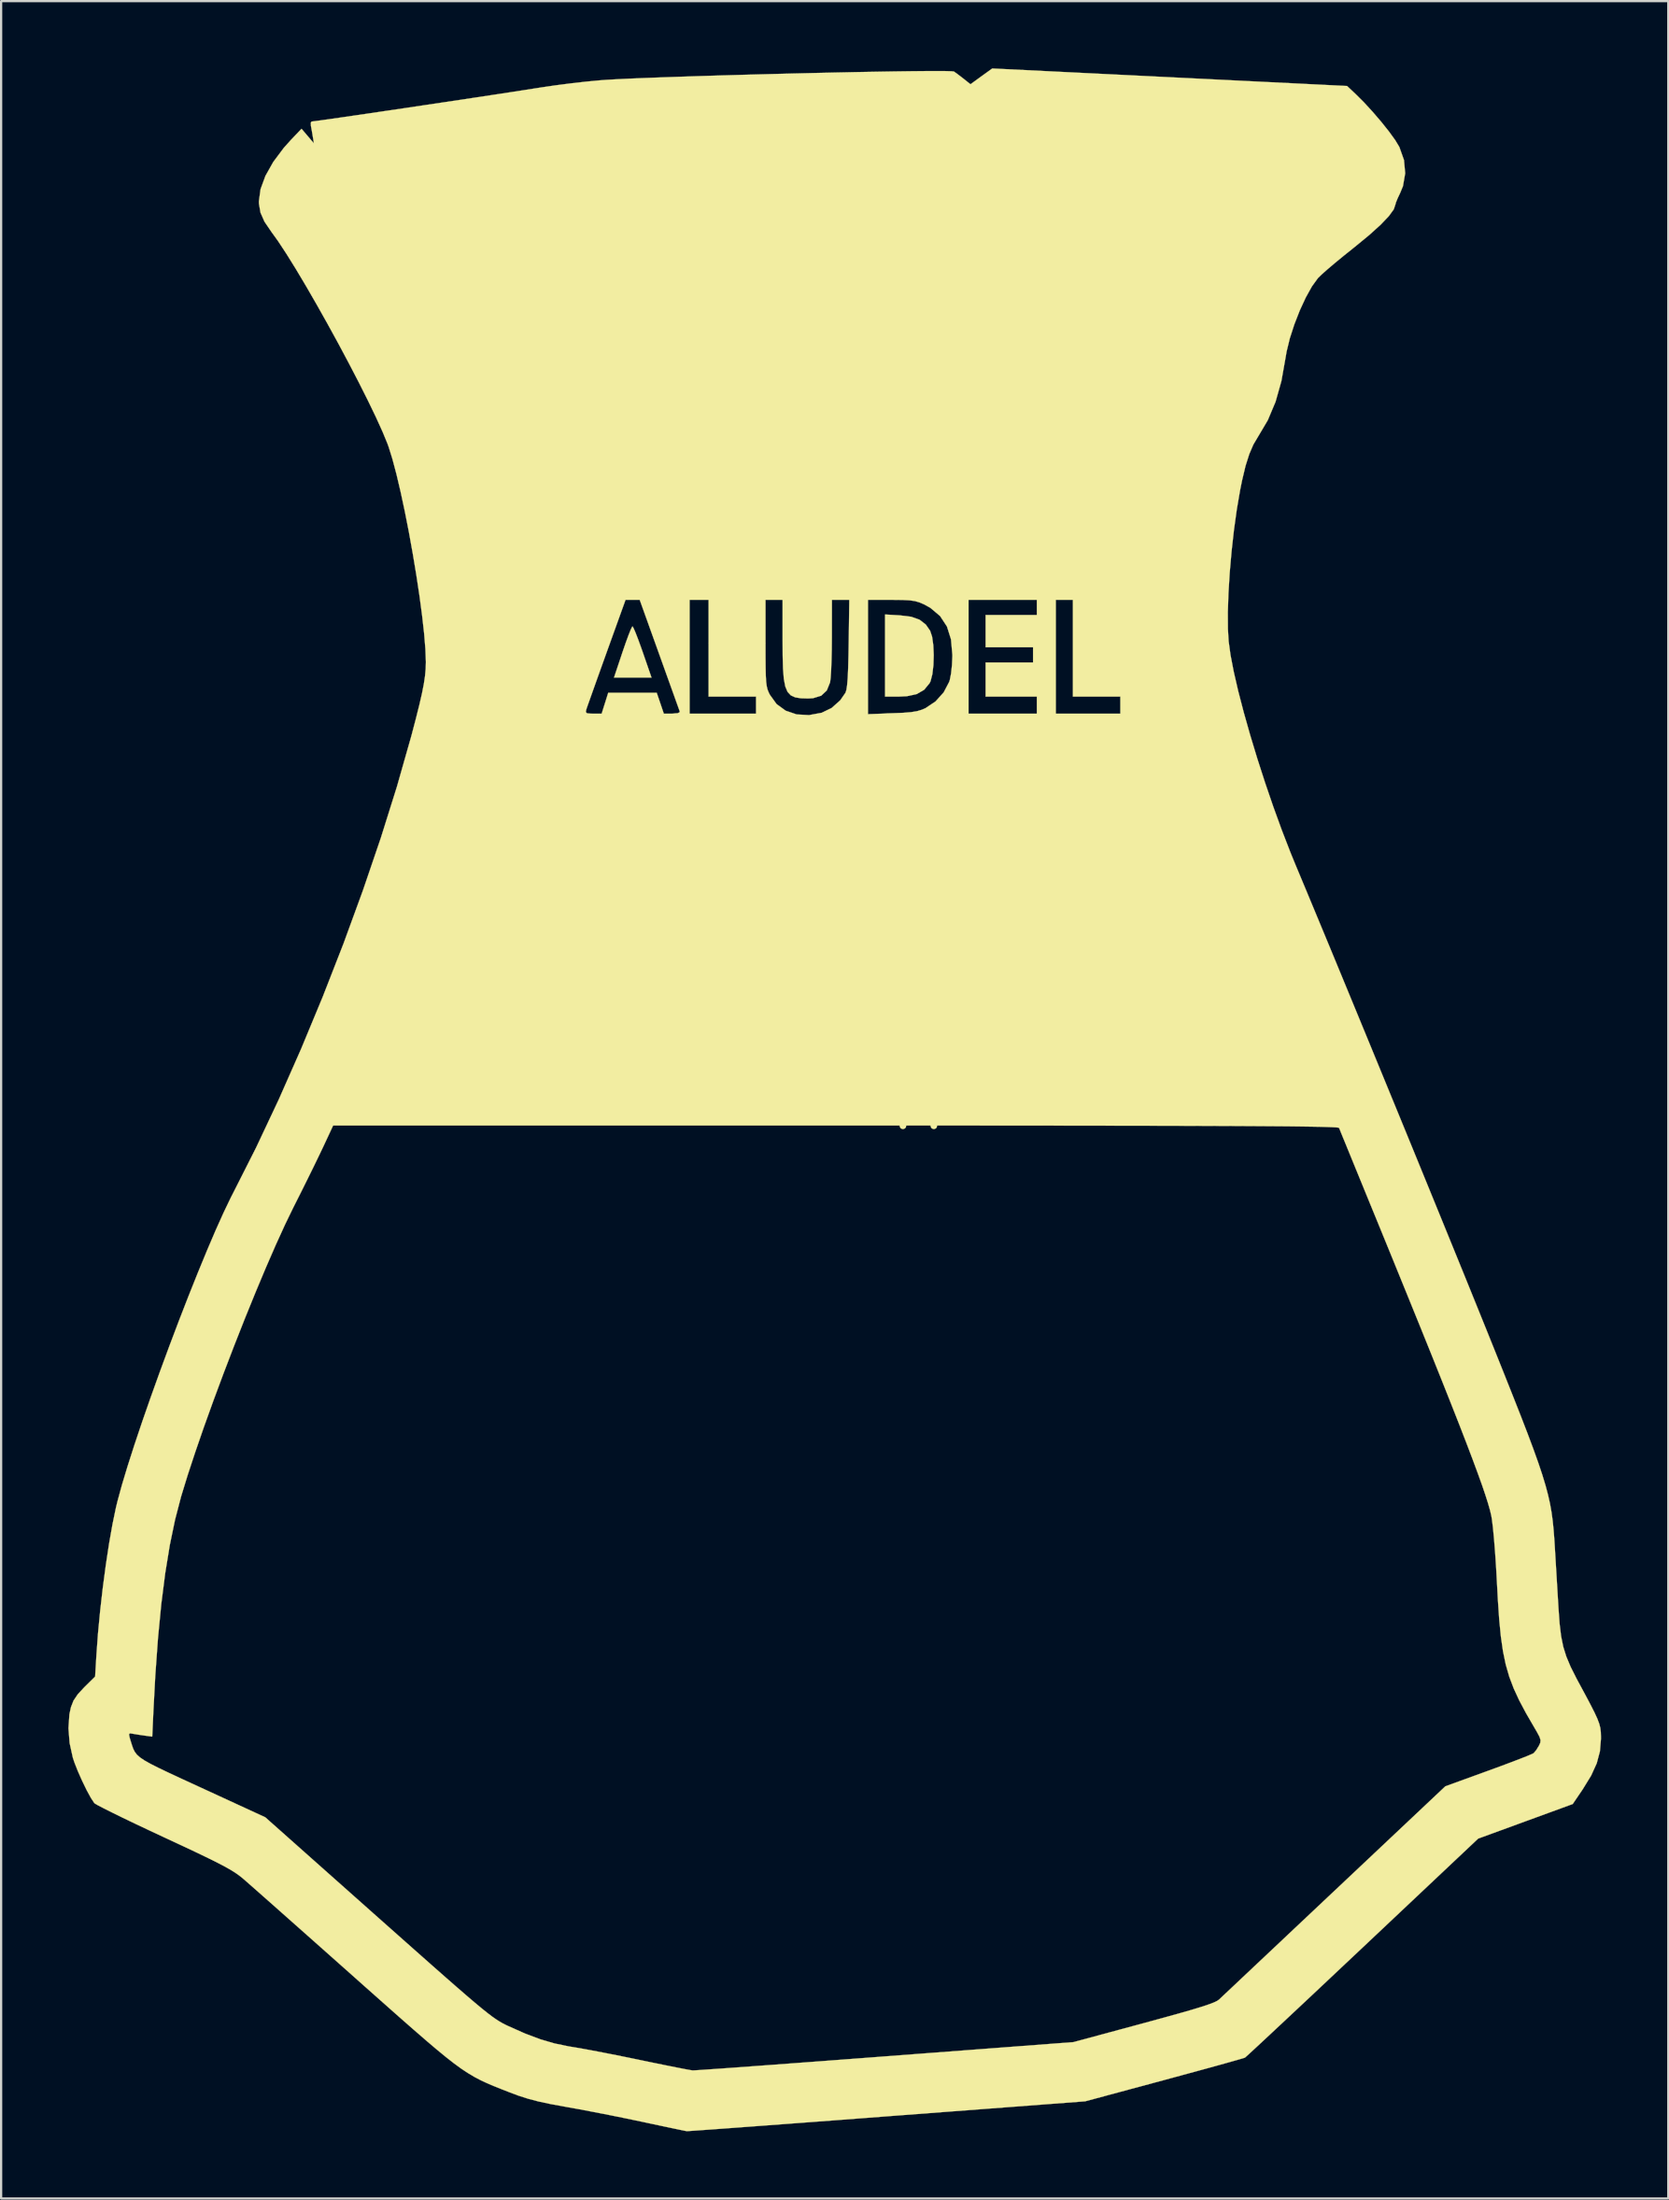
<source format=kicad_pcb>
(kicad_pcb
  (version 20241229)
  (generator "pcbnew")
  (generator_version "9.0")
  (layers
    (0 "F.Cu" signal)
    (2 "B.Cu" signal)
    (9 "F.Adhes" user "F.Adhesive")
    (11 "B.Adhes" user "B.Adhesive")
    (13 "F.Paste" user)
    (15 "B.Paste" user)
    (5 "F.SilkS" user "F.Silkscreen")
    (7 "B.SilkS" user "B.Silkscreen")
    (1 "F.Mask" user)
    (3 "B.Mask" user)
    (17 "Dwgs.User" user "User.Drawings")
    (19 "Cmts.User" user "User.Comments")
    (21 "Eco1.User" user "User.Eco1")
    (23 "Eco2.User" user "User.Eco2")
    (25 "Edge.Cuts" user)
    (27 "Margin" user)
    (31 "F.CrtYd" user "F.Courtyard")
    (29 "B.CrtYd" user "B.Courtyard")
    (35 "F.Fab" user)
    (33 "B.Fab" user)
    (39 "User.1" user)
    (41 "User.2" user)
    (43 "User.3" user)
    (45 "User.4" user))
  (footprint "Aludel-Upper"
    (layer "F.Cu")
    (at 34.156 45.975)
    (property "Reference" "Aludel-Upper" (at 0 0 0) (layer "F.SilkS") (effects (font (size 1.524 1.524) (thickness 0.3))))
    (attr through_hole)
    (fp_poly (pts (xy -8.936 -21.006) (xy -8.847 -20.799) (xy -8.726 -20.487) (xy -8.586 -20.101) (xy -8.529 -19.939) (xy -8.134 -18.796) (xy -9.809 -18.796) (xy -9.427 -19.939) (xy -9.286 -20.347) (xy -9.16 -20.691) (xy -9.06 -20.942) (xy -8.996 -21.071) (xy -8.984 -21.082) (xy -8.936 -21.006)) (stroke (width 0.01) (type solid)) (fill yes) (layer "F.SilkS"))
    (fp_poly (pts (xy 2.951 -21.573) (xy 3.454 -21.511) (xy 3.828 -21.378) (xy 4.107 -21.16) (xy 4.298 -20.885) (xy 4.386 -20.619) (xy 4.439 -20.241) (xy 4.458 -19.803) (xy 4.444 -19.355) (xy 4.397 -18.95) (xy 4.317 -18.638) (xy 4.276 -18.552) (xy 4.032 -18.255) (xy 3.703 -18.063) (xy 3.264 -17.967) (xy 2.901 -17.949) (xy 2.286 -17.949) (xy 2.286 -21.612) (xy 2.951 -21.573)) (stroke (width 0.01) (type solid)) (fill yes) (layer "F.SilkS"))
    (fp_poly (pts (xy 14.986 -45.58) (xy 22.902 -45.189) (xy 23.272 -44.841) (xy 23.651 -44.464) (xy 24.045 -44.035) (xy 24.428 -43.589) (xy 24.772 -43.157) (xy 25.049 -42.775) (xy 25.231 -42.474) (xy 25.234 -42.468) (xy 25.441 -41.886) (xy 25.495 -41.293) (xy 25.396 -40.721) (xy 25.273 -40.422) (xy 25.156 -40.174) (xy 25.079 -39.983) (xy 25.062 -39.914) (xy 24.987 -39.689) (xy 24.766 -39.384) (xy 24.401 -39.001) (xy 23.893 -38.542) (xy 23.244 -38.009) (xy 23.202 -37.976) (xy 22.774 -37.633) (xy 22.374 -37.305) (xy 22.03 -37.013) (xy 21.766 -36.779) (xy 21.608 -36.626) (xy 21.602 -36.619) (xy 21.335 -36.25) (xy 21.059 -35.754) (xy 20.791 -35.175) (xy 20.548 -34.552) (xy 20.346 -33.928) (xy 20.204 -33.344) (xy 20.16 -33.086) (xy 19.972 -32.027) (xy 19.71 -31.1) (xy 19.365 -30.281) (xy 18.935 -29.554) (xy 18.721 -29.194) (xy 18.537 -28.765) (xy 18.371 -28.241) (xy 18.216 -27.592) (xy 18.129 -27.159) (xy 17.982 -26.303) (xy 17.854 -25.381) (xy 17.748 -24.427) (xy 17.665 -23.475) (xy 17.609 -22.559) (xy 17.581 -21.711) (xy 17.585 -20.966) (xy 17.617 -20.421) (xy 17.701 -19.806) (xy 17.845 -19.058) (xy 18.043 -18.2) (xy 18.289 -17.254) (xy 18.575 -16.242) (xy 18.895 -15.187) (xy 19.242 -14.112) (xy 19.609 -13.039) (xy 19.99 -11.991) (xy 20.378 -10.989) (xy 20.596 -10.456) (xy 21.051 -9.367) (xy 21.556 -8.152) (xy 22.104 -6.832) (xy 22.686 -5.424) (xy 23.295 -3.948) (xy 23.923 -2.424) (xy 24.562 -0.87) (xy 25.205 0.695) (xy 25.843 2.251) (xy 26.468 3.779) (xy 27.073 5.26) (xy 27.65 6.676) (xy 28.192 8.006) (xy 28.689 9.233) (xy 29.135 10.336) (xy 29.422 11.049) (xy 29.892 12.222) (xy 30.302 13.253) (xy 30.658 14.155) (xy 30.962 14.943) (xy 31.219 15.63) (xy 31.434 16.231) (xy 31.611 16.761) (xy 31.754 17.232) (xy 31.868 17.659) (xy 31.957 18.056) (xy 32.025 18.438) (xy 32.077 18.819) (xy 32.116 19.211) (xy 32.149 19.631) (xy 32.171 19.981) (xy 32.208 20.6) (xy 32.25 21.3) (xy 32.292 22.004) (xy 32.33 22.632) (xy 32.336 22.733) (xy 32.385 23.41) (xy 32.452 23.963) (xy 32.548 24.438) (xy 32.686 24.879) (xy 32.877 25.333) (xy 33.134 25.843) (xy 33.214 25.993) (xy 33.527 26.573) (xy 33.768 27.028) (xy 33.947 27.381) (xy 34.073 27.656) (xy 34.155 27.875) (xy 34.202 28.062) (xy 34.224 28.242) (xy 34.23 28.436) (xy 34.23 28.555) (xy 34.184 29.105) (xy 34.043 29.635) (xy 33.793 30.185) (xy 33.419 30.793) (xy 33.408 30.81) (xy 32.971 31.454) (xy 30.861 32.225) (xy 28.751 32.997) (xy 23.596 37.856) (xy 22.808 38.597) (xy 22.055 39.306) (xy 21.346 39.973) (xy 20.689 40.589) (xy 20.094 41.146) (xy 19.571 41.635) (xy 19.128 42.048) (xy 18.775 42.376) (xy 18.521 42.61) (xy 18.375 42.742) (xy 18.344 42.768) (xy 18.243 42.801) (xy 17.997 42.872) (xy 17.622 42.978) (xy 17.135 43.114) (xy 16.554 43.274) (xy 15.896 43.453) (xy 15.178 43.648) (xy 14.732 43.769) (xy 11.218 44.716) (xy 2.371 45.386) (xy 1.162 45.478) (xy 0.00028 45.566) (xy -1.103 45.649) (xy -2.137 45.726) (xy -3.09 45.797) (xy -3.951 45.861) (xy -4.709 45.917) (xy -5.353 45.964) (xy -5.871 46.001) (xy -6.253 46.028) (xy -6.487 46.044) (xy -6.562 46.048) (xy -6.666 46.028) (xy -6.91 45.978) (xy -7.272 45.902) (xy -7.726 45.806) (xy -8.247 45.695) (xy -8.551 45.63) (xy -9.221 45.49) (xy -9.95 45.342) (xy -10.683 45.199) (xy -11.366 45.069) (xy -11.942 44.966) (xy -11.973 44.96) (xy -12.637 44.839) (xy -13.179 44.723) (xy -13.647 44.6) (xy -14.088 44.458) (xy -14.458 44.319) (xy -14.84 44.17) (xy -15.178 44.035) (xy -15.483 43.904) (xy -15.769 43.77) (xy -16.047 43.624) (xy -16.328 43.456) (xy -16.625 43.259) (xy -16.949 43.023) (xy -17.312 42.739) (xy -17.726 42.399) (xy -18.203 41.994) (xy -18.755 41.515) (xy -19.394 40.954) (xy -20.131 40.301) (xy -20.979 39.549) (xy -21.336 39.231) (xy -22.091 38.56) (xy -22.822 37.911) (xy -23.516 37.295) (xy -24.162 36.723) (xy -24.747 36.204) (xy -25.261 35.749) (xy -25.691 35.369) (xy -26.025 35.075) (xy -26.252 34.876) (xy -26.332 34.806) (xy -26.492 34.675) (xy -26.668 34.547) (xy -26.879 34.413) (xy -27.14 34.263) (xy -27.469 34.09) (xy -27.882 33.884) (xy -28.397 33.635) (xy -29.031 33.336) (xy -29.8 32.978) (xy -29.888 32.937) (xy -30.556 32.625) (xy -31.178 32.331) (xy -31.736 32.063) (xy -32.213 31.829) (xy -32.592 31.639) (xy -32.856 31.501) (xy -32.987 31.422) (xy -32.997 31.413) (xy -33.15 31.181) (xy -33.338 30.836) (xy -33.538 30.425) (xy -33.728 29.998) (xy -33.885 29.6) (xy -33.956 29.386) (xy -34.099 28.736) (xy -34.13 28.347) (xy -31.45 28.347) (xy -31.421 28.492) (xy -31.377 28.638) (xy -31.318 28.828) (xy -31.262 28.987) (xy -31.193 29.125) (xy -31.097 29.251) (xy -30.957 29.376) (xy -30.758 29.511) (xy -30.485 29.664) (xy -30.123 29.847) (xy -29.655 30.07) (xy -29.068 30.343) (xy -28.345 30.676) (xy -28.216 30.735) (xy -25.369 32.046) (xy -20.326 36.527) (xy -19.405 37.344) (xy -18.602 38.056) (xy -17.906 38.672) (xy -17.309 39.198) (xy -16.799 39.644) (xy -16.369 40.016) (xy -16.009 40.323) (xy -15.708 40.573) (xy -15.459 40.773) (xy -15.25 40.932) (xy -15.073 41.056) (xy -14.919 41.155) (xy -14.777 41.236) (xy -14.638 41.307) (xy -14.52 41.363) (xy -13.761 41.7) (xy -13.089 41.952) (xy -12.458 42.136) (xy -11.818 42.268) (xy -11.661 42.293) (xy -11.332 42.348) (xy -10.872 42.432) (xy -10.317 42.538) (xy -9.7 42.659) (xy -9.059 42.789) (xy -8.636 42.877) (xy -8.046 42.999) (xy -7.503 43.11) (xy -7.032 43.204) (xy -6.656 43.277) (xy -6.402 43.323) (xy -6.296 43.339) (xy -6.188 43.334) (xy -5.922 43.317) (xy -5.511 43.289) (xy -4.966 43.251) (xy -4.299 43.203) (xy -3.522 43.146) (xy -2.645 43.082) (xy -1.681 43.01) (xy -0.642 42.933) (xy 0.461 42.85) (xy 1.617 42.763) (xy 2.288 42.712) (xy 10.691 42.076) (xy 13.832 41.228) (xy 14.682 40.996) (xy 15.382 40.802) (xy 15.946 40.641) (xy 16.386 40.507) (xy 16.717 40.398) (xy 16.953 40.309) (xy 17.107 40.235) (xy 17.186 40.18) (xy 17.28 40.091) (xy 17.487 39.896) (xy 17.799 39.603) (xy 18.204 39.221) (xy 18.693 38.76) (xy 19.257 38.229) (xy 19.886 37.637) (xy 20.569 36.992) (xy 21.298 36.306) (xy 22.063 35.585) (xy 22.343 35.322) (xy 27.286 30.664) (xy 29.201 29.969) (xy 29.742 29.771) (xy 30.233 29.587) (xy 30.651 29.427) (xy 30.972 29.3) (xy 31.172 29.214) (xy 31.226 29.185) (xy 31.343 29.048) (xy 31.465 28.85) (xy 31.524 28.719) (xy 31.535 28.601) (xy 31.488 28.454) (xy 31.371 28.234) (xy 31.25 28.027) (xy 30.885 27.398) (xy 30.583 26.83) (xy 30.337 26.297) (xy 30.139 25.773) (xy 29.982 25.23) (xy 29.86 24.643) (xy 29.765 23.984) (xy 29.691 23.226) (xy 29.631 22.344) (xy 29.595 21.675) (xy 29.554 20.929) (xy 29.508 20.237) (xy 29.459 19.623) (xy 29.41 19.114) (xy 29.362 18.733) (xy 29.336 18.584) (xy 29.279 18.343) (xy 29.192 18.039) (xy 29.074 17.667) (xy 28.922 17.22) (xy 28.732 16.691) (xy 28.503 16.074) (xy 28.232 15.361) (xy 27.917 14.547) (xy 27.554 13.625) (xy 27.142 12.587) (xy 26.677 11.427) (xy 26.157 10.14) (xy 25.579 8.717) (xy 24.942 7.152) (xy 24.242 5.439) (xy 24.129 5.164) (xy 23.819 4.408) (xy 23.529 3.698) (xy 23.264 3.051) (xy 23.031 2.481) (xy 22.836 2.004) (xy 22.685 1.637) (xy 22.586 1.394) (xy 22.545 1.292) (xy 22.545 1.291) (xy 22.51 1.28) (xy 22.413 1.269) (xy 22.248 1.26) (xy 22.009 1.251) (xy 21.692 1.242) (xy 21.291 1.235) (xy 20.802 1.228) (xy 20.219 1.221) (xy 19.537 1.216) (xy 18.751 1.211) (xy 17.856 1.206) (xy 16.846 1.202) (xy 15.717 1.198) (xy 14.463 1.195) (xy 13.079 1.193) (xy 11.561 1.191) (xy 9.902 1.189) (xy 8.098 1.187) (xy 6.144 1.186) (xy 4.035 1.186) (xy 1.765 1.185) (xy 0.081 1.185) (xy -22.341 1.185) (xy -22.786 2.138) (xy -22.962 2.507) (xy -23.195 2.988) (xy -23.467 3.54) (xy -23.757 4.125) (xy -24.047 4.701) (xy -24.11 4.826) (xy -24.485 5.598) (xy -24.899 6.506) (xy -25.344 7.528) (xy -25.809 8.637) (xy -26.285 9.808) (xy -26.762 11.018) (xy -27.231 12.241) (xy -27.682 13.453) (xy -28.105 14.628) (xy -28.49 15.743) (xy -28.829 16.771) (xy -29.111 17.689) (xy -29.128 17.746) (xy -29.395 18.77) (xy -29.63 19.903) (xy -29.834 21.155) (xy -30.01 22.536) (xy -30.157 24.055) (xy -30.277 25.724) (xy -30.36 27.283) (xy -30.413 28.447) (xy -30.764 28.4) (xy -31.036 28.36) (xy -31.265 28.322) (xy -31.302 28.315) (xy -31.414 28.301) (xy -31.45 28.347) (xy -34.13 28.347) (xy -34.151 28.071) (xy -34.109 27.451) (xy -34.041 27.136) (xy -33.926 26.841) (xy -33.737 26.56) (xy -33.442 26.241) (xy -33.441 26.24) (xy -32.961 25.768) (xy -32.903 24.801) (xy -32.833 23.84) (xy -32.736 22.83) (xy -32.619 21.805) (xy -32.485 20.798) (xy -32.34 19.843) (xy -32.187 18.976) (xy -32.032 18.228) (xy -31.964 17.949) (xy -31.767 17.227) (xy -31.512 16.381) (xy -31.208 15.433) (xy -30.863 14.405) (xy -30.484 13.318) (xy -30.08 12.192) (xy -29.659 11.05) (xy -29.229 9.913) (xy -28.797 8.802) (xy -28.372 7.739) (xy -27.962 6.744) (xy -27.575 5.84) (xy -27.218 5.048) (xy -26.901 4.388) (xy -26.8 4.191) (xy -25.781 2.176) (xy -24.767 0.024) (xy -23.771 -2.231) (xy -22.805 -4.558) (xy -21.881 -6.924) (xy -21.014 -9.296) (xy -20.214 -11.642) (xy -19.496 -13.928) (xy -18.871 -16.124) (xy -18.846 -16.214) (xy -18.647 -16.97) (xy -18.575 -17.26) (xy -11.066 -17.26) (xy -11.011 -17.204) (xy -10.839 -17.188) (xy -10.732 -17.187) (xy -10.36 -17.187) (xy -10.213 -17.653) (xy -10.067 -18.119) (xy -7.902 -18.119) (xy -7.743 -17.653) (xy -7.585 -17.187) (xy -7.212 -17.187) (xy -6.968 -17.204) (xy -6.875 -17.259) (xy -6.877 -17.293) (xy -6.914 -17.397) (xy -7.001 -17.639) (xy -7.13 -18) (xy -7.295 -18.459) (xy -7.488 -18.996) (xy -7.701 -19.59) (xy -7.788 -19.833) (xy -8.662 -22.267) (xy -6.435 -22.267) (xy -6.435 -17.187) (xy -3.471 -17.187) (xy -3.471 -17.949) (xy -5.588 -17.949) (xy -5.588 -22.267) (xy -3.048 -22.267) (xy -3.048 -20.338) (xy -3.047 -19.714) (xy -3.043 -19.234) (xy -3.035 -18.874) (xy -3.019 -18.61) (xy -2.994 -18.416) (xy -2.958 -18.267) (xy -2.908 -18.14) (xy -2.857 -18.036) (xy -2.555 -17.617) (xy -2.149 -17.321) (xy -1.659 -17.154) (xy -1.107 -17.123) (xy -0.881 -17.165) (xy 1.524 -17.165) (xy 2.611 -17.204) (xy 3.096 -17.226) (xy 3.452 -17.256) (xy 3.717 -17.3) (xy 3.93 -17.364) (xy 4.092 -17.434) (xy 4.538 -17.733) (xy 4.903 -18.139) (xy 5.148 -18.606) (xy 5.176 -18.694) (xy 5.231 -18.973) (xy 5.272 -19.349) (xy 5.29 -19.746) (xy 5.29 -19.812) (xy 5.229 -20.502) (xy 5.048 -21.076) (xy 4.742 -21.542) (xy 4.307 -21.909) (xy 4.022 -22.066) (xy 3.819 -22.152) (xy 3.62 -22.21) (xy 3.382 -22.244) (xy 3.064 -22.261) (xy 2.624 -22.266) (xy 2.561 -22.267) (xy 1.524 -22.267) (xy 6.011 -22.267) (xy 6.011 -17.187) (xy 9.059 -17.187) (xy 9.059 -17.949) (xy 6.773 -17.949) (xy 6.773 -19.473) (xy 8.89 -19.473) (xy 8.89 -20.151) (xy 6.773 -20.151) (xy 6.773 -21.59) (xy 9.059 -21.59) (xy 9.059 -22.267) (xy 9.906 -22.267) (xy 9.906 -17.187) (xy 12.785 -17.187) (xy 12.785 -17.949) (xy 10.668 -17.949) (xy 10.668 -22.267) (xy 9.906 -22.267) (xy 9.059 -22.267) (xy 6.011 -22.267) (xy 1.524 -22.267) (xy 1.524 -17.165) (xy -0.881 -17.165) (xy -0.542 -17.227) (xy -0.1 -17.44) (xy 0.286 -17.784) (xy 0.519 -18.119) (xy 0.56 -18.242) (xy 0.593 -18.458) (xy 0.62 -18.782) (xy 0.64 -19.231) (xy 0.655 -19.822) (xy 0.663 -20.299) (xy 0.691 -22.267) (xy -0.085 -22.267) (xy -0.087 -20.595) (xy -0.091 -20.056) (xy -0.103 -19.552) (xy -0.12 -19.118) (xy -0.141 -18.787) (xy -0.166 -18.59) (xy -0.167 -18.584) (xy -0.314 -18.222) (xy -0.563 -17.989) (xy -0.925 -17.878) (xy -1.144 -17.865) (xy -1.467 -17.874) (xy -1.723 -17.915) (xy -1.92 -18.005) (xy -2.065 -18.161) (xy -2.166 -18.401) (xy -2.231 -18.742) (xy -2.267 -19.202) (xy -2.283 -19.799) (xy -2.286 -20.439) (xy -2.286 -22.267) (xy -3.048 -22.267) (xy -5.588 -22.267) (xy -6.435 -22.267) (xy -8.662 -22.267) (xy -9.293 -22.267) (xy -10.139 -19.918) (xy -10.356 -19.313) (xy -10.557 -18.753) (xy -10.733 -18.259) (xy -10.877 -17.854) (xy -10.982 -17.559) (xy -11.038 -17.396) (xy -11.044 -17.378) (xy -11.066 -17.26) (xy -18.575 -17.26) (xy -18.492 -17.589) (xy -18.376 -18.095) (xy -18.294 -18.513) (xy -18.241 -18.868) (xy -18.212 -19.184) (xy -18.203 -19.485) (xy -18.203 -19.5) (xy -18.224 -20.066) (xy -18.281 -20.763) (xy -18.371 -21.564) (xy -18.488 -22.443) (xy -18.629 -23.374) (xy -18.788 -24.329) (xy -18.96 -25.283) (xy -19.142 -26.208) (xy -19.329 -27.079) (xy -19.515 -27.869) (xy -19.696 -28.55) (xy -19.867 -29.098) (xy -19.915 -29.23) (xy -20.137 -29.768) (xy -20.432 -30.418) (xy -20.79 -31.16) (xy -21.198 -31.971) (xy -21.643 -32.827) (xy -22.113 -33.708) (xy -22.598 -34.592) (xy -23.083 -35.454) (xy -23.557 -36.275) (xy -24.008 -37.031) (xy -24.424 -37.7) (xy -24.792 -38.26) (xy -25.099 -38.687) (xy -25.404 -39.135) (xy -25.582 -39.539) (xy -25.652 -39.943) (xy -25.654 -40.045) (xy -25.579 -40.587) (xy -25.362 -41.179) (xy -25.013 -41.8) (xy -24.543 -42.428) (xy -24.23 -42.778) (xy -23.751 -43.28) (xy -23.199 -42.63) (xy -23.247 -42.926) (xy -23.291 -43.188) (xy -23.332 -43.409) (xy -23.333 -43.413) (xy -23.336 -43.56) (xy -23.299 -43.603) (xy -23.188 -43.616) (xy -22.927 -43.651) (xy -22.534 -43.706) (xy -22.026 -43.779) (xy -21.42 -43.867) (xy -20.733 -43.967) (xy -19.984 -44.078) (xy -19.189 -44.195) (xy -18.366 -44.318) (xy -17.532 -44.442) (xy -16.705 -44.566) (xy -15.903 -44.687) (xy -15.142 -44.802) (xy -14.44 -44.909) (xy -13.814 -45.006) (xy -13.282 -45.089) (xy -13.039 -45.127) (xy -12.418 -45.218) (xy -11.735 -45.306) (xy -11.055 -45.383) (xy -10.443 -45.441) (xy -10.16 -45.462) (xy -9.708 -45.488) (xy -9.135 -45.516) (xy -8.457 -45.544) (xy -7.687 -45.573) (xy -6.84 -45.602) (xy -5.931 -45.632) (xy -4.973 -45.661) (xy -3.983 -45.689) (xy -2.973 -45.716) (xy -1.958 -45.742) (xy -0.954 -45.766) (xy 0.026 -45.788) (xy 0.967 -45.808) (xy 1.855 -45.824) (xy 2.675 -45.838) (xy 3.412 -45.848) (xy 4.053 -45.854) (xy 4.583 -45.856) (xy 4.987 -45.854) (xy 5.251 -45.846) (xy 5.36 -45.834) (xy 5.36 -45.833) (xy 5.483 -45.747) (xy 5.68 -45.598) (xy 5.78 -45.52) (xy 6.098 -45.267) (xy 6.33 -45.435) (xy 6.569 -45.609) (xy 6.816 -45.787) (xy 7.07 -45.97) (xy 14.986 -45.58)) (stroke (width 0.01) (type solid)) (fill yes) (layer "F.SilkS")))
  (gr_rect
    (start -3 -3)
    (end 71.391 95.028)
    (stroke (width 0.1) (type default))
    (fill no)
    (layer "Edge.Cuts")))
</source>
